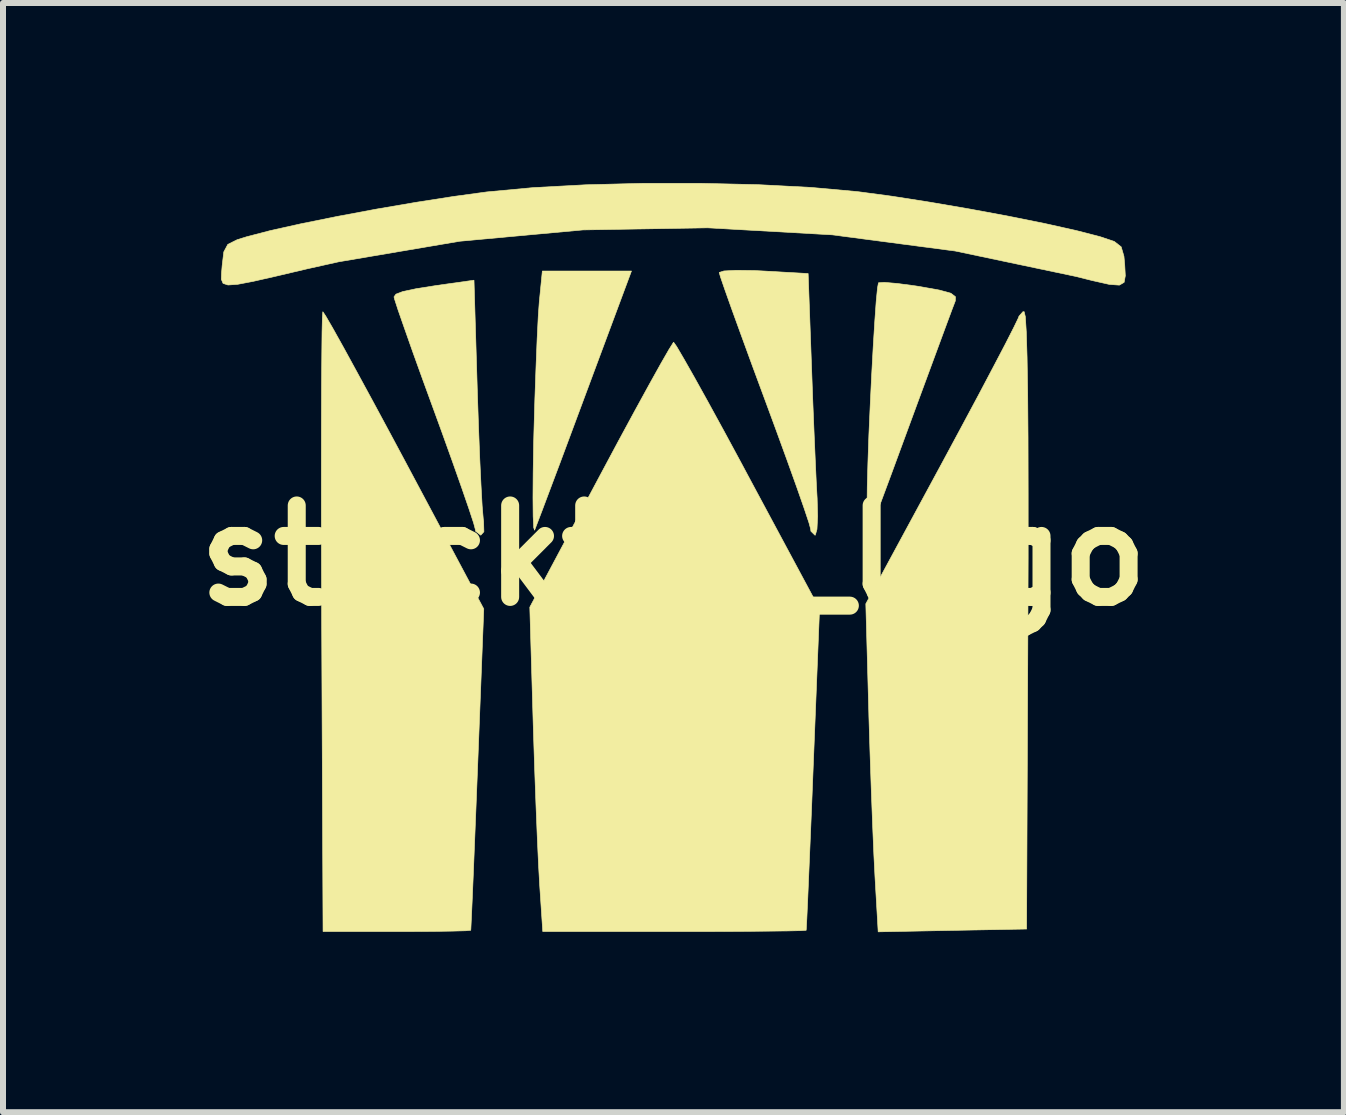
<source format=kicad_pcb>
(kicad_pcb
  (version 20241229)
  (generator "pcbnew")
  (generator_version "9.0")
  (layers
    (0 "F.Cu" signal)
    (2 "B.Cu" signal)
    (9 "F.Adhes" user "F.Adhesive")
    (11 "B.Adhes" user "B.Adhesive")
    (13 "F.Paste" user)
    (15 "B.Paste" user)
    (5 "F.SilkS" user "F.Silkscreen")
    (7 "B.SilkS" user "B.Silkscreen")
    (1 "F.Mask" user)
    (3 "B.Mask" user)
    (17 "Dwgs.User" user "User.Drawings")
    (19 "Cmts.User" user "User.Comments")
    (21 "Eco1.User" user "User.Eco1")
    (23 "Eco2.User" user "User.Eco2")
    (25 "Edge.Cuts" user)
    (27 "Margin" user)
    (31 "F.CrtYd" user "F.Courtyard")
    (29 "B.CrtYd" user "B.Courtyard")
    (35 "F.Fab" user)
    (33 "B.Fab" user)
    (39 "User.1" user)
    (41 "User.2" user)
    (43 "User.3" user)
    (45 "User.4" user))
  (footprint "stockton_logo"
    (layer "F.Cu")
    (at 8.172 6.207)
    (property "Reference" "stockton_logo" (at 0 0 0) (layer "F.SilkS") (effects (font (size 1.524 1.524) (thickness 0.3))))
    (attr through_hole)
    (fp_poly (pts (xy -1.48 -2.646) (xy -1.691 -2.079) (xy -1.884 -1.561) (xy -2.052 -1.114) (xy -2.185 -0.76) (xy -2.276 -0.522) (xy -2.314 -0.423) (xy -2.329 -0.465) (xy -2.338 -0.653) (xy -2.341 -0.965) (xy -2.338 -1.378) (xy -2.33 -1.87) (xy -2.326 -2.032) (xy -2.31 -2.594) (xy -2.291 -3.13) (xy -2.272 -3.607) (xy -2.253 -3.988) (xy -2.235 -4.239) (xy -2.233 -4.255) (xy -2.185 -4.741) (xy -0.7 -4.741) (xy -1.48 -2.646)) (stroke (width 0.01) (type solid)) (fill yes) (layer "F.SilkS"))
    (fp_poly (pts (xy -3.267 -2.696) (xy -3.248 -2.133) (xy -3.228 -1.616) (xy -3.207 -1.172) (xy -3.188 -0.829) (xy -3.17 -0.616) (xy -3.164 -0.572) (xy -3.159 -0.397) (xy -3.211 -0.339) (xy -3.297 -0.405) (xy -3.302 -0.437) (xy -3.33 -0.542) (xy -3.409 -0.782) (xy -3.53 -1.133) (xy -3.685 -1.572) (xy -3.866 -2.076) (xy -3.979 -2.386) (xy -4.172 -2.915) (xy -4.343 -3.39) (xy -4.484 -3.791) (xy -4.589 -4.092) (xy -4.647 -4.271) (xy -4.657 -4.31) (xy -4.624 -4.356) (xy -4.508 -4.4) (xy -4.285 -4.447) (xy -3.93 -4.503) (xy -3.715 -4.533) (xy -3.324 -4.588) (xy -3.267 -2.696)) (stroke (width 0.01) (type solid)) (fill yes) (layer "F.SilkS"))
    (fp_poly (pts (xy 1.35 -4.749) (xy 1.503 -4.741) (xy 2.244 -4.699) (xy 2.301 -3.133) (xy 2.321 -2.583) (xy 2.343 -2.044) (xy 2.364 -1.557) (xy 2.382 -1.165) (xy 2.394 -0.953) (xy 2.402 -0.655) (xy 2.391 -0.437) (xy 2.363 -0.34) (xy 2.358 -0.339) (xy 2.29 -0.405) (xy 2.286 -0.441) (xy 2.258 -0.545) (xy 2.178 -0.785) (xy 2.054 -1.14) (xy 1.894 -1.586) (xy 1.706 -2.102) (xy 1.524 -2.596) (xy 1.318 -3.153) (xy 1.134 -3.657) (xy 0.978 -4.087) (xy 0.859 -4.422) (xy 0.784 -4.64) (xy 0.762 -4.717) (xy 0.84 -4.742) (xy 1.048 -4.753) (xy 1.35 -4.749)) (stroke (width 0.01) (type solid)) (fill yes) (layer "F.SilkS"))
    (fp_poly (pts (xy 5.863 -3.979) (xy 5.879 -3.726) (xy 5.892 -3.305) (xy 5.902 -2.716) (xy 5.908 -1.96) (xy 5.91 -1.038) (xy 5.91 0.05) (xy 5.906 1.079) (xy 5.884 6.223) (xy 4.648 6.246) (xy 3.411 6.27) (xy 3.358 5.357) (xy 3.339 4.984) (xy 3.318 4.484) (xy 3.296 3.904) (xy 3.275 3.285) (xy 3.256 2.672) (xy 3.255 2.625) (xy 3.205 0.804) (xy 4.481 -1.554) (xy 4.793 -2.134) (xy 5.078 -2.666) (xy 5.325 -3.134) (xy 5.526 -3.517) (xy 5.669 -3.798) (xy 5.747 -3.959) (xy 5.757 -3.988) (xy 5.822 -4.062) (xy 5.843 -4.064) (xy 5.863 -3.979)) (stroke (width 0.01) (type solid)) (fill yes) (layer "F.SilkS"))
    (fp_poly (pts (xy -5.794 -3.99) (xy -5.675 -3.785) (xy -5.497 -3.466) (xy -5.269 -3.049) (xy -4.999 -2.552) (xy -4.698 -1.993) (xy -4.48 -1.586) (xy -3.161 0.889) (xy -3.265 3.556) (xy -3.291 4.21) (xy -3.315 4.806) (xy -3.336 5.326) (xy -3.354 5.749) (xy -3.368 6.053) (xy -3.376 6.219) (xy -3.378 6.244) (xy -3.461 6.252) (xy -3.683 6.258) (xy -4.014 6.263) (xy -4.425 6.265) (xy -4.613 6.265) (xy -5.839 6.265) (xy -5.862 1.101) (xy -5.865 0.183) (xy -5.867 -0.683) (xy -5.867 -1.482) (xy -5.866 -2.199) (xy -5.864 -2.821) (xy -5.86 -3.333) (xy -5.856 -3.72) (xy -5.85 -3.968) (xy -5.843 -4.062) (xy -5.842 -4.062) (xy -5.794 -3.99)) (stroke (width 0.01) (type solid)) (fill yes) (layer "F.SilkS"))
    (fp_poly (pts (xy 3.734 -4.533) (xy 4.034 -4.493) (xy 4.104 -4.482) (xy 4.433 -4.423) (xy 4.622 -4.371) (xy 4.699 -4.312) (xy 4.696 -4.242) (xy 4.651 -4.125) (xy 4.558 -3.875) (xy 4.425 -3.515) (xy 4.262 -3.073) (xy 4.077 -2.572) (xy 4.003 -2.371) (xy 3.812 -1.852) (xy 3.638 -1.379) (xy 3.489 -0.978) (xy 3.376 -0.675) (xy 3.308 -0.496) (xy 3.297 -0.466) (xy 3.258 -0.434) (xy 3.234 -0.571) (xy 3.226 -0.847) (xy 3.229 -1.151) (xy 3.24 -1.547) (xy 3.256 -2.008) (xy 3.278 -2.502) (xy 3.302 -3.002) (xy 3.328 -3.477) (xy 3.354 -3.898) (xy 3.378 -4.236) (xy 3.4 -4.462) (xy 3.416 -4.545) (xy 3.513 -4.552) (xy 3.734 -4.533)) (stroke (width 0.01) (type solid)) (fill yes) (layer "F.SilkS"))
    (fp_poly (pts (xy 0.053 -3.483) (xy 0.172 -3.28) (xy 0.351 -2.965) (xy 0.578 -2.556) (xy 0.844 -2.07) (xy 1.138 -1.526) (xy 1.241 -1.333) (xy 2.434 0.889) (xy 2.327 3.556) (xy 2.301 4.21) (xy 2.276 4.806) (xy 2.254 5.326) (xy 2.236 5.749) (xy 2.222 6.053) (xy 2.213 6.219) (xy 2.211 6.244) (xy 2.127 6.25) (xy 1.897 6.255) (xy 1.542 6.259) (xy 1.085 6.263) (xy 0.548 6.265) (xy 0.012 6.265) (xy -2.178 6.265) (xy -2.23 5.482) (xy -2.248 5.159) (xy -2.269 4.705) (xy -2.291 4.16) (xy -2.313 3.56) (xy -2.333 2.947) (xy -2.338 2.779) (xy -2.394 0.86) (xy -1.218 -1.346) (xy -0.92 -1.903) (xy -0.646 -2.409) (xy -0.407 -2.845) (xy -0.214 -3.192) (xy -0.076 -3.432) (xy -0.004 -3.547) (xy 0.003 -3.554) (xy 0.053 -3.483)) (stroke (width 0.01) (type solid)) (fill yes) (layer "F.SilkS"))
    (fp_poly (pts (xy 1.411 -6.18) (xy 2.292 -6.134) (xy 3.054 -6.065) (xy 3.09 -6.061) (xy 3.643 -5.987) (xy 4.268 -5.889) (xy 4.927 -5.776) (xy 5.58 -5.655) (xy 6.186 -5.533) (xy 6.706 -5.417) (xy 7.099 -5.316) (xy 7.112 -5.312) (xy 7.345 -5.234) (xy 7.46 -5.144) (xy 7.506 -4.987) (xy 7.519 -4.844) (xy 7.529 -4.662) (xy 7.509 -4.552) (xy 7.43 -4.506) (xy 7.263 -4.518) (xy 6.979 -4.582) (xy 6.703 -4.651) (xy 4.697 -5.074) (xy 2.646 -5.344) (xy 0.57 -5.461) (xy -1.507 -5.426) (xy -3.563 -5.237) (xy -5.577 -4.895) (xy -6.107 -4.777) (xy -6.628 -4.654) (xy -7.007 -4.568) (xy -7.264 -4.519) (xy -7.423 -4.508) (xy -7.505 -4.535) (xy -7.534 -4.603) (xy -7.53 -4.711) (xy -7.52 -4.833) (xy -7.493 -5.06) (xy -7.426 -5.185) (xy -7.27 -5.263) (xy -7.112 -5.312) (xy -6.724 -5.413) (xy -6.209 -5.528) (xy -5.606 -5.65) (xy -4.954 -5.772) (xy -4.294 -5.885) (xy -3.667 -5.983) (xy -3.111 -6.059) (xy -3.09 -6.061) (xy -2.335 -6.131) (xy -1.46 -6.178) (xy -0.512 -6.202) (xy 0.461 -6.202) (xy 1.411 -6.18)) (stroke (width 0.01) (type solid)) (fill yes) (layer "F.SilkS")))
  (gr_rect
    (start -3 -3)
    (end 19.343 15.482)
    (stroke (width 0.1) (type default))
    (fill no)
    (layer "Edge.Cuts")))
</source>
